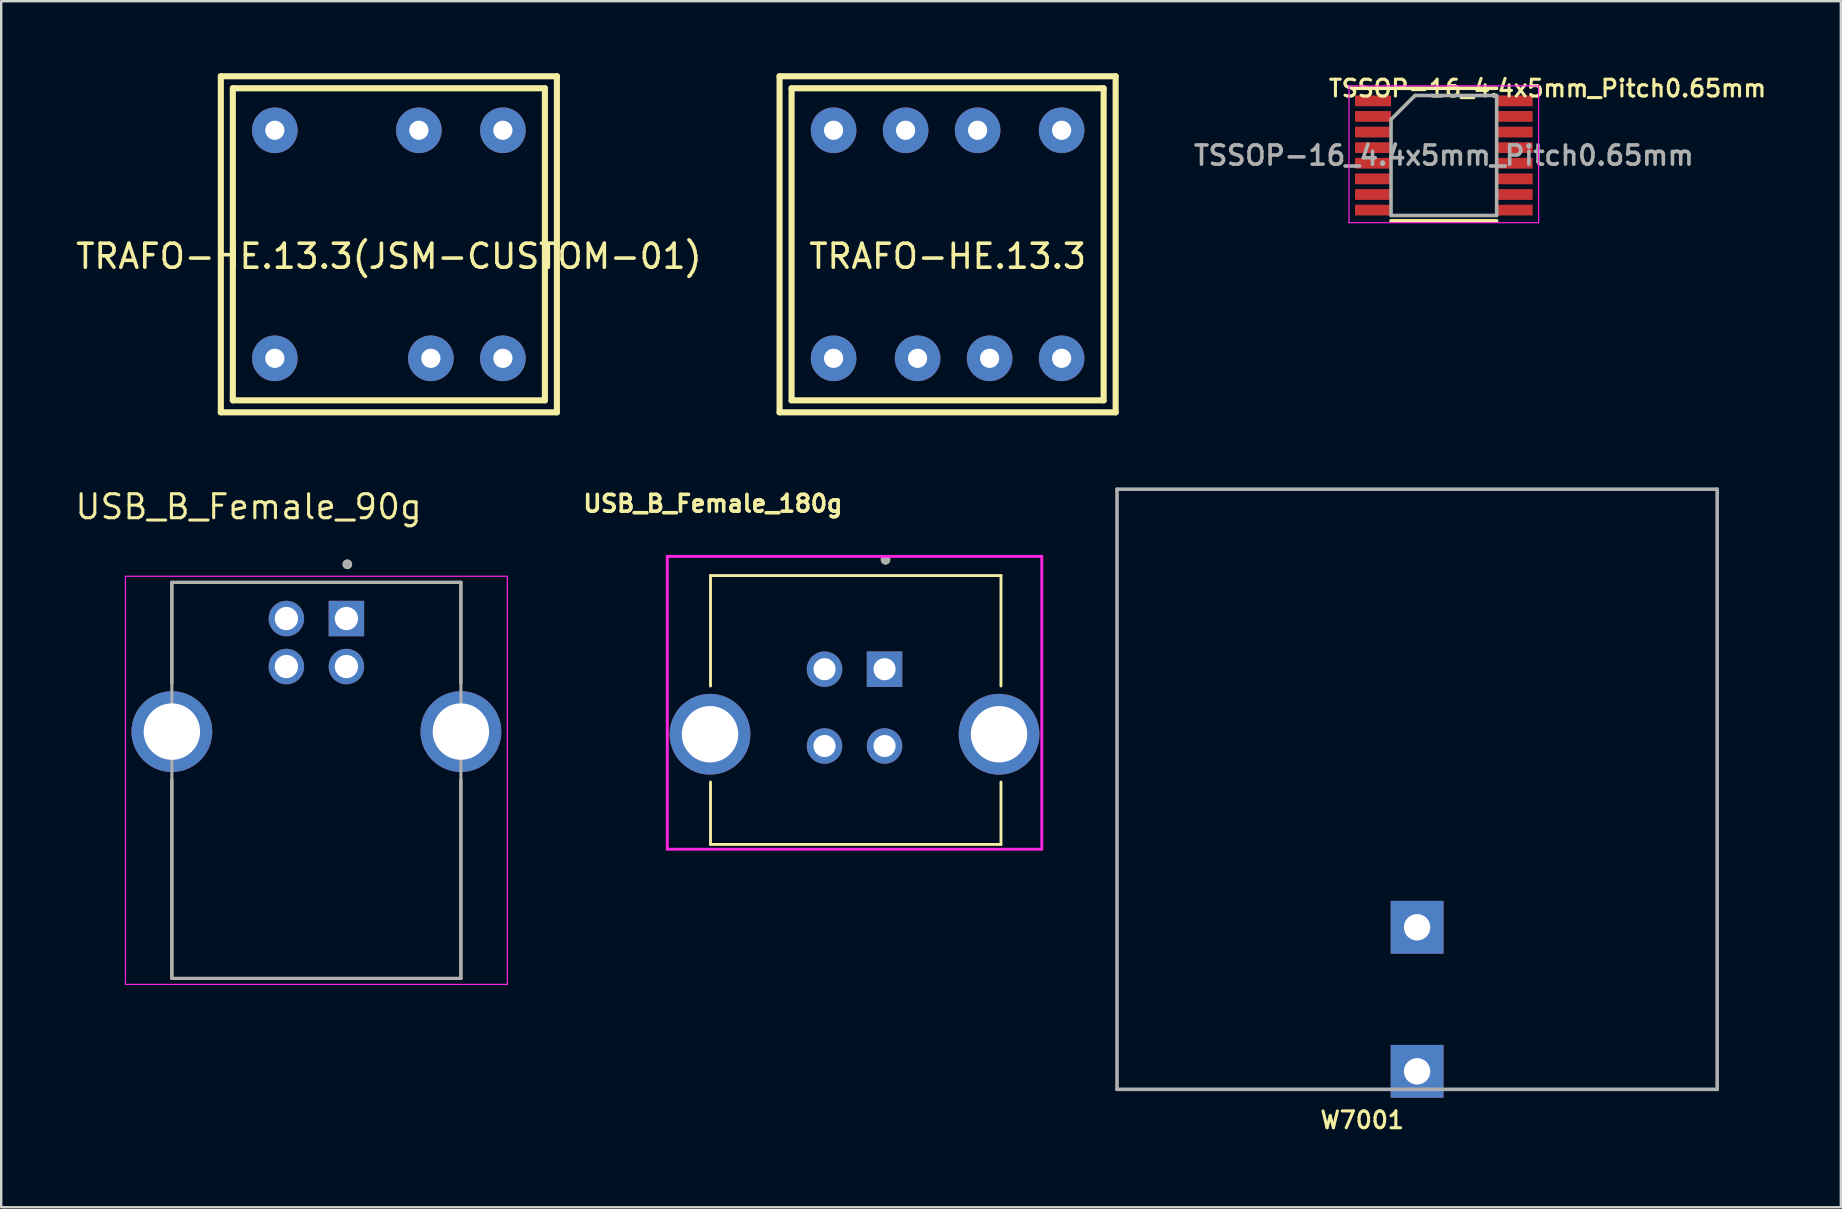
<source format=kicad_pcb>
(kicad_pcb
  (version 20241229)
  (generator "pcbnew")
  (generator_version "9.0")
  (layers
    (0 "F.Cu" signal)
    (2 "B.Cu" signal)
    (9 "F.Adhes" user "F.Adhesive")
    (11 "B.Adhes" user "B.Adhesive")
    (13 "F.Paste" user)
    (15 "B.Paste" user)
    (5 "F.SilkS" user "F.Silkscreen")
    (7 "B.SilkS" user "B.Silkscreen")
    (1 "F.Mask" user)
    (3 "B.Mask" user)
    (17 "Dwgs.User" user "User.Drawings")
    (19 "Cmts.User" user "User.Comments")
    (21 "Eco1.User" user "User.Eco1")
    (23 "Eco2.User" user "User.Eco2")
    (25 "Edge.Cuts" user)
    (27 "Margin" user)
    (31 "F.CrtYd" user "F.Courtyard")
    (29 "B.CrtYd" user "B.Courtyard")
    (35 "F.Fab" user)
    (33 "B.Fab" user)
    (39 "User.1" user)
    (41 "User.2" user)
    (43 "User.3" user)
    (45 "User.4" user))
  (footprint "W7001"
    (layer "F.Cu")
    (at 55.983 41.579)
    (property "Reference" "W7001" (at -2.286 2.032 0) (layer "F.SilkS") (effects (font (size 0.7 0.7) (thickness 0.127))))
    (attr through_hole)
    (fp_line (start -12.5 -24.25) (end 12.5 -24.25) (stroke (width 0.15) (type solid)) (layer "F.Fab"))
    (fp_line (start -12.5 0.75) (end -12.5 -24.25) (stroke (width 0.15) (type solid)) (layer "F.Fab"))
    (fp_line (start -12.5 0.75) (end 12.5 0.75) (stroke (width 0.15) (type solid)) (layer "F.Fab"))
    (fp_line (start 12.5 0.75) (end 12.5 -24.25) (stroke (width 0.15) (type solid)) (layer "F.Fab"))
    (pad "1" thru_hole rect (at 0 0) (size 2.2 2.2) (drill 1.1) (layers "*.Cu" "*.Mask"))
    (pad "2" thru_hole rect (at 0 -6) (size 2.2 2.2) (drill 1.1) (layers "*.Cu" "*.Mask")))
  (footprint "TRAFO-HE.13.3(JSM-CUSTOM-01)"
    (layer "F.Cu")
    (at 13.149 7.127)
    (property "Reference" "TRAFO-HE.13.3(JSM-CUSTOM-01)" (at 0 0.5 0) (layer "F.SilkS") (effects (font (size 1 1) (thickness 0.15))))
    (attr through_hole)
    (fp_line (start -7 -7) (end -7 7) (stroke (width 0.254) (type solid)) (layer "F.SilkS"))
    (fp_line (start -7 7) (end 7 7) (stroke (width 0.254) (type solid)) (layer "F.SilkS"))
    (fp_line (start -6.5 -6.5) (end -6.5 6.5) (stroke (width 0.254) (type solid)) (layer "F.SilkS"))
    (fp_line (start -6.5 6.5) (end 6.5 6.5) (stroke (width 0.254) (type solid)) (layer "F.SilkS"))
    (fp_line (start 6.5 -6.5) (end -6.5 -6.5) (stroke (width 0.254) (type solid)) (layer "F.SilkS"))
    (fp_line (start 6.5 6.5) (end 6.5 -6.5) (stroke (width 0.254) (type solid)) (layer "F.SilkS"))
    (fp_line (start 7 -7) (end -7 -7) (stroke (width 0.254) (type solid)) (layer "F.SilkS"))
    (fp_line (start 7 7) (end 7 -7) (stroke (width 0.254) (type solid)) (layer "F.SilkS"))
    (pad "1" thru_hole circle (at -4.75 4.75) (size 1.9 1.9) (drill 0.8) (layers "*.Cu" "*.Mask"))
    (pad "3" thru_hole circle (at 1.75 4.75) (size 1.9 1.9) (drill 0.8) (layers "*.Cu" "*.Mask"))
    (pad "4" thru_hole circle (at 4.75 4.75) (size 1.9 1.9) (drill 0.8) (layers "*.Cu" "*.Mask"))
    (pad "5" thru_hole circle (at 4.75 -4.75) (size 1.9 1.9) (drill 0.8) (layers "*.Cu" "*.Mask"))
    (pad "6" thru_hole circle (at 1.25 -4.75) (size 1.9 1.9) (drill 0.8) (layers "*.Cu" "*.Mask"))
    (pad "8" thru_hole circle (at -4.75 -4.75) (size 1.9 1.9) (drill 0.8) (layers "*.Cu" "*.Mask")))
  (footprint "USB_B_Female_90g"
    (layer "F.Cu")
    (at 10.13 24.717)
    (property "Reference" "USB_B_Female_90g" (at -2.825 -6.655 0) (layer "F.SilkS") (effects (font (size 1 1) (thickness 0.127))))
    (attr through_hole)
    (fp_line (start -6.02 -3.51) (end -6.02 0.705) (stroke (width 0.127) (type solid)) (layer "F.SilkS"))
    (fp_line (start -6.02 4.715) (end -6.02 12.99) (stroke (width 0.127) (type solid)) (layer "F.SilkS"))
    (fp_line (start -6.02 12.99) (end 6.02 12.99) (stroke (width 0.127) (type solid)) (layer "F.SilkS"))
    (fp_line (start 6.02 -3.51) (end -6.02 -3.51) (stroke (width 0.127) (type solid)) (layer "F.SilkS"))
    (fp_line (start 6.02 0.705) (end 6.02 -3.51) (stroke (width 0.127) (type solid)) (layer "F.SilkS"))
    (fp_line (start 6.02 12.99) (end 6.02 4.715) (stroke (width 0.127) (type solid)) (layer "F.SilkS"))
    (fp_circle (center 1.29 -4.26) (end 1.39 -4.26) (stroke (width 0.2) (type solid)) (fill no) (layer "F.SilkS"))
    (fp_line (start -7.955 -3.76) (end -7.955 13.24) (stroke (width 0.05) (type solid)) (layer "F.CrtYd"))
    (fp_line (start -7.955 13.24) (end 7.955 13.24) (stroke (width 0.05) (type solid)) (layer "F.CrtYd"))
    (fp_line (start 7.955 -3.76) (end -7.955 -3.76) (stroke (width 0.05) (type solid)) (layer "F.CrtYd"))
    (fp_line (start 7.955 13.24) (end 7.955 -3.76) (stroke (width 0.05) (type solid)) (layer "F.CrtYd"))
    (fp_line (start -6.02 -3.51) (end -6.02 12.99) (stroke (width 0.127) (type solid)) (layer "F.Fab"))
    (fp_line (start -6.02 12.99) (end 6.02 12.99) (stroke (width 0.127) (type solid)) (layer "F.Fab"))
    (fp_line (start 6.02 -3.51) (end -6.02 -3.51) (stroke (width 0.127) (type solid)) (layer "F.Fab"))
    (fp_line (start 6.02 12.99) (end 6.02 -3.51) (stroke (width 0.127) (type solid)) (layer "F.Fab"))
    (fp_circle (center 1.29 -4.26) (end 1.39 -4.26) (stroke (width 0.2) (type solid)) (fill no) (layer "F.Fab"))
    (pad "1" thru_hole rect (at 1.25 -2) (size 1.478 1.478) (drill 0.97) (layers "*.Cu" "*.Mask"))
    (pad "2" thru_hole circle (at -1.25 -2) (size 1.478 1.478) (drill 0.97) (layers "*.Cu" "*.Mask"))
    (pad "3" thru_hole circle (at -1.25 0) (size 1.478 1.478) (drill 0.97) (layers "*.Cu" "*.Mask"))
    (pad "4" thru_hole circle (at 1.25 0) (size 1.478 1.478) (drill 0.97) (layers "*.Cu" "*.Mask"))
    (pad "SH" thru_hole circle (at -6.02 2.71) (size 3.366 3.366) (drill 2.35) (layers "*.Cu" "*.Mask"))
    (pad "SH" thru_hole circle (at 6.02 2.71) (size 3.366 3.366) (drill 2.35) (layers "*.Cu" "*.Mask")))
  (footprint "TRAFO-HE.13.3"
    (layer "F.Cu")
    (at 36.425 7.127)
    (property "Reference" "TRAFO-HE.13.3" (at 0 0.5 0) (layer "F.SilkS") (effects (font (size 1 1) (thickness 0.15))))
    (attr through_hole)
    (fp_line (start -7 -7) (end -7 7) (stroke (width 0.254) (type solid)) (layer "F.SilkS"))
    (fp_line (start -7 7) (end 7 7) (stroke (width 0.254) (type solid)) (layer "F.SilkS"))
    (fp_line (start -6.5 -6.5) (end -6.5 6.5) (stroke (width 0.254) (type solid)) (layer "F.SilkS"))
    (fp_line (start -6.5 6.5) (end 6.5 6.5) (stroke (width 0.254) (type solid)) (layer "F.SilkS"))
    (fp_line (start 6.5 -6.5) (end -6.5 -6.5) (stroke (width 0.254) (type solid)) (layer "F.SilkS"))
    (fp_line (start 6.5 6.5) (end 6.5 -6.5) (stroke (width 0.254) (type solid)) (layer "F.SilkS"))
    (fp_line (start 7 -7) (end -7 -7) (stroke (width 0.254) (type solid)) (layer "F.SilkS"))
    (fp_line (start 7 7) (end 7 -7) (stroke (width 0.254) (type solid)) (layer "F.SilkS"))
    (pad "1" thru_hole circle (at -4.75 4.75) (size 1.9 1.9) (drill 0.8) (layers "*.Cu" "*.Mask"))
    (pad "2" thru_hole circle (at -1.25 4.75) (size 1.9 1.9) (drill 0.8) (layers "*.Cu" "*.Mask"))
    (pad "3" thru_hole circle (at 1.75 4.75) (size 1.9 1.9) (drill 0.8) (layers "*.Cu" "*.Mask"))
    (pad "4" thru_hole circle (at 4.75 4.75) (size 1.9 1.9) (drill 0.8) (layers "*.Cu" "*.Mask"))
    (pad "5" thru_hole circle (at 4.75 -4.75) (size 1.9 1.9) (drill 0.8) (layers "*.Cu" "*.Mask"))
    (pad "6" thru_hole circle (at 1.25 -4.75) (size 1.9 1.9) (drill 0.8) (layers "*.Cu" "*.Mask"))
    (pad "7" thru_hole circle (at -1.75 -4.75) (size 1.9 1.9) (drill 0.8) (layers "*.Cu" "*.Mask"))
    (pad "8" thru_hole circle (at -4.75 -4.75) (size 1.9 1.9) (drill 0.8) (layers "*.Cu" "*.Mask")))
  (footprint "USB_B_Female_180g"
    (layer "F.Cu")
    (at 32.548 26.827)
    (property "Reference" "USB_B_Female_180g" (at -5.9 -8.9 0) (layer "F.SilkS") (effects (font (size 0.7 0.7) (thickness 0.15))))
    (attr through_hole)
    (fp_line (start -6 -5.9) (end 6.1 -5.9) (stroke (width 0.12) (type solid)) (layer "F.SilkS"))
    (fp_line (start -6 -1.3) (end -6 -5.9) (stroke (width 0.12) (type solid)) (layer "F.SilkS"))
    (fp_line (start -6 2.7) (end -6 5.3) (stroke (width 0.12) (type solid)) (layer "F.SilkS"))
    (fp_line (start -6 5.3) (end 6.1 5.3) (stroke (width 0.12) (type solid)) (layer "F.SilkS"))
    (fp_line (start 6.1 -5.9) (end 6.1 -1.3) (stroke (width 0.12) (type solid)) (layer "F.SilkS"))
    (fp_line (start 6.1 5.3) (end 6.1 2.7) (stroke (width 0.12) (type solid)) (layer "F.SilkS"))
    (fp_circle (center 1.29 -6.56) (end 1.39 -6.56) (stroke (width 0.2) (type solid)) (fill no) (layer "F.SilkS"))
    (fp_line (start -7.8 -6.7) (end -7.7 -6.7) (stroke (width 0.12) (type solid)) (layer "F.CrtYd"))
    (fp_line (start -7.8 5.5) (end -7.8 -6.7) (stroke (width 0.12) (type solid)) (layer "F.CrtYd"))
    (fp_line (start -7.7 -6.7) (end 7.8 -6.7) (stroke (width 0.12) (type solid)) (layer "F.CrtYd"))
    (fp_line (start 7.8 -6.7) (end 7.8 5.5) (stroke (width 0.12) (type solid)) (layer "F.CrtYd"))
    (fp_line (start 7.8 5.5) (end -7.8 5.5) (stroke (width 0.12) (type solid)) (layer "F.CrtYd"))
    (fp_circle (center 1.29 -6.56) (end 1.39 -6.56) (stroke (width 0.2) (type solid)) (fill no) (layer "F.Fab"))
    (pad "1" thru_hole rect (at 1.25 -2) (size 1.478 1.478) (drill 0.92) (layers "*.Cu" "*.Mask"))
    (pad "2" thru_hole circle (at -1.25 -2) (size 1.478 1.478) (drill 0.92) (layers "*.Cu" "*.Mask"))
    (pad "3" thru_hole circle (at -1.25 1.2) (size 1.478 1.478) (drill 0.92) (layers "*.Cu" "*.Mask"))
    (pad "4" thru_hole circle (at 1.25 1.2) (size 1.478 1.478) (drill 0.92) (layers "*.Cu" "*.Mask"))
    (pad "SH" thru_hole circle (at -6.02 0.71) (size 3.366 3.366) (drill 2.35) (layers "*.Cu" "*.Mask"))
    (pad "SH" thru_hole circle (at 6.02 0.71) (size 3.366 3.366) (drill 2.35) (layers "*.Cu" "*.Mask")))
  (footprint "TSSOP-16_4.4x5mm_Pitch0.65mm"
    (layer "F.Cu")
    (at 57.097 3.426)
    (property "Reference" "TSSOP-16_4.4x5mm_Pitch0.65mm" (at 4.318 -2.794 0) (layer "F.SilkS") (effects (font (size 0.7 0.7) (thickness 0.127))))
    (attr smd)
    (fp_line (start -3.775 -2.8) (end 2.2 -2.8) (stroke (width 0.15) (type solid)) (layer "F.SilkS"))
    (fp_line (start -2.2 2.725) (end 2.2 2.725) (stroke (width 0.15) (type solid)) (layer "F.SilkS"))
    (fp_line (start -3.95 -2.9) (end -3.95 2.8) (stroke (width 0.05) (type solid)) (layer "F.CrtYd"))
    (fp_line (start -3.95 -2.9) (end 3.95 -2.9) (stroke (width 0.05) (type solid)) (layer "F.CrtYd"))
    (fp_line (start -3.95 2.8) (end 3.95 2.8) (stroke (width 0.05) (type solid)) (layer "F.CrtYd"))
    (fp_line (start 3.95 -2.9) (end 3.95 2.8) (stroke (width 0.05) (type solid)) (layer "F.CrtYd"))
    (fp_line (start -2.2 -1.5) (end -1.2 -2.5) (stroke (width 0.15) (type solid)) (layer "F.Fab"))
    (fp_line (start -2.2 2.5) (end -2.2 -1.5) (stroke (width 0.15) (type solid)) (layer "F.Fab"))
    (fp_line (start -1.2 -2.5) (end 2.2 -2.5) (stroke (width 0.15) (type solid)) (layer "F.Fab"))
    (fp_line (start 2.2 -2.5) (end 2.2 2.5) (stroke (width 0.15) (type solid)) (layer "F.Fab"))
    (fp_line (start 2.2 2.5) (end -2.2 2.5) (stroke (width 0.15) (type solid)) (layer "F.Fab"))
    (fp_text user "${REFERENCE}" (at 0 0 0) (layer "F.Fab") (effects (font (size 0.8 0.8) (thickness 0.15))))
    (pad "1" smd rect (at -2.95 -2.275) (size 1.5 0.45) (layers "F.Cu" "F.Mask" "F.Paste"))
    (pad "2" smd rect (at -2.95 -1.625) (size 1.5 0.45) (layers "F.Cu" "F.Mask" "F.Paste"))
    (pad "3" smd rect (at -2.95 -0.975) (size 1.5 0.45) (layers "F.Cu" "F.Mask" "F.Paste"))
    (pad "4" smd rect (at -2.95 -0.325) (size 1.5 0.45) (layers "F.Cu" "F.Mask" "F.Paste"))
    (pad "5" smd rect (at -2.95 0.325) (size 1.5 0.45) (layers "F.Cu" "F.Mask" "F.Paste"))
    (pad "6" smd rect (at -2.95 0.975) (size 1.5 0.45) (layers "F.Cu" "F.Mask" "F.Paste"))
    (pad "7" smd rect (at -2.95 1.625) (size 1.5 0.45) (layers "F.Cu" "F.Mask" "F.Paste"))
    (pad "8" smd rect (at -2.95 2.275) (size 1.5 0.45) (layers "F.Cu" "F.Mask" "F.Paste"))
    (pad "9" smd rect (at 2.95 2.275) (size 1.5 0.45) (layers "F.Cu" "F.Mask" "F.Paste"))
    (pad "10" smd rect (at 2.95 1.625) (size 1.5 0.45) (layers "F.Cu" "F.Mask" "F.Paste"))
    (pad "11" smd rect (at 2.95 0.975) (size 1.5 0.45) (layers "F.Cu" "F.Mask" "F.Paste"))
    (pad "12" smd rect (at 2.95 0.325) (size 1.5 0.45) (layers "F.Cu" "F.Mask" "F.Paste"))
    (pad "13" smd rect (at 2.95 -0.325) (size 1.5 0.45) (layers "F.Cu" "F.Mask" "F.Paste"))
    (pad "14" smd rect (at 2.95 -0.975) (size 1.5 0.45) (layers "F.Cu" "F.Mask" "F.Paste"))
    (pad "15" smd rect (at 2.95 -1.625) (size 1.5 0.45) (layers "F.Cu" "F.Mask" "F.Paste"))
    (pad "16" smd rect (at 2.95 -2.275) (size 1.5 0.45) (layers "F.Cu" "F.Mask" "F.Paste")))
  (gr_rect
    (start -3 -3)
    (end 73.635 47.243)
    (stroke (width 0.1) (type default))
    (fill no)
    (layer "Edge.Cuts")))
</source>
